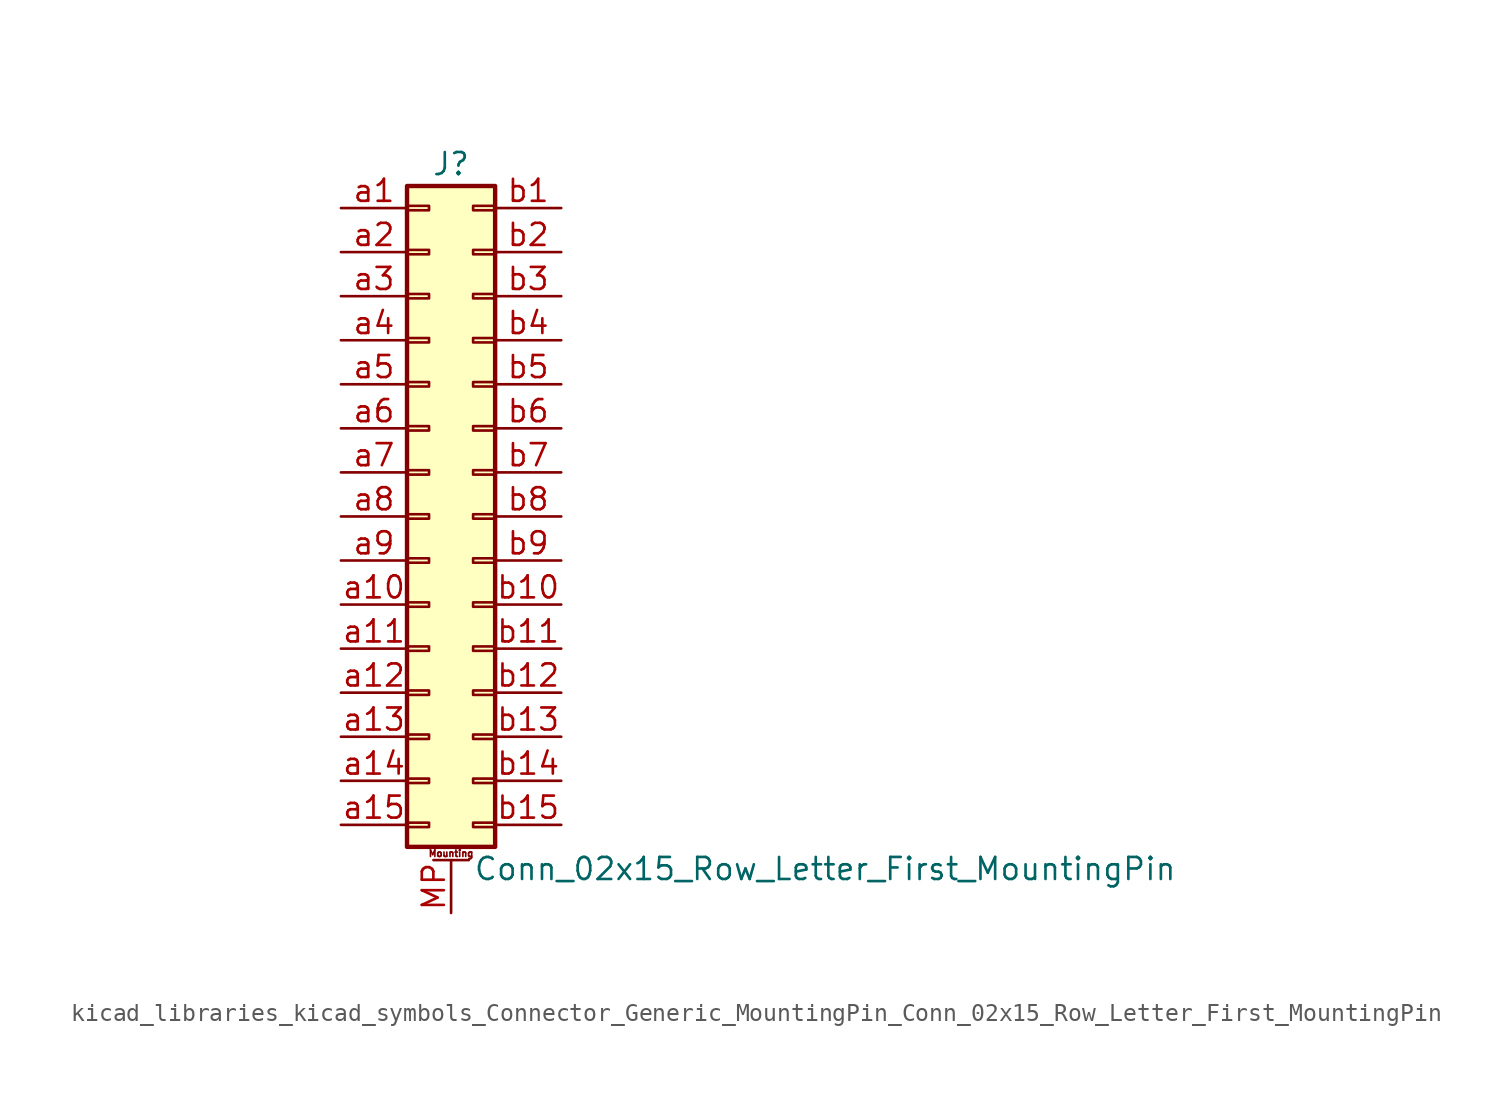
<source format=kicad_sym>
(kicad_symbol_lib
  (version 20220914)
  (generator kicad_symbol_editor)
  (symbol "kicad_libraries_kicad_symbols_Connector_Generic_MountingPin_Conn_02x15_Row_Letter_First_MountingPin"
    (pin_names
      (offset 1.016) hide)
    (property "Reference" "J"
      (at 1.27 20.32 0)
      (effects (font (size 1.27 1.27))))
    (property "Value" "Conn_02x15_Row_Letter_First_MountingPin"
      (at 2.54 -20.32 0)
      (effects (font (size 1.27 1.27)) (justify left)))
    (symbol "kicad_libraries_kicad_symbols_Connector_Generic_MountingPin_Conn_02x15_Row_Letter_First_MountingPin_1_1"
      (rectangle (start -1.27 -17.653) (end 0 -17.907) (stroke (width 0.152) (type default)) (fill (type none)))
      (rectangle (start -1.27 -15.113) (end 0 -15.367) (stroke (width 0.152) (type default)) (fill (type none)))
      (rectangle (start -1.27 -12.573) (end 0 -12.827) (stroke (width 0.152) (type default)) (fill (type none)))
      (rectangle (start -1.27 -10.033) (end 0 -10.287) (stroke (width 0.152) (type default)) (fill (type none)))
      (rectangle (start -1.27 -7.493) (end 0 -7.747) (stroke (width 0.152) (type default)) (fill (type none)))
      (rectangle (start -1.27 -4.953) (end 0 -5.207) (stroke (width 0.152) (type default)) (fill (type none)))
      (rectangle (start -1.27 -2.413) (end 0 -2.667) (stroke (width 0.152) (type default)) (fill (type none)))
      (rectangle (start -1.27 0.127) (end 0 -0.127) (stroke (width 0.152) (type default)) (fill (type none)))
      (rectangle (start -1.27 2.667) (end 0 2.413) (stroke (width 0.152) (type default)) (fill (type none)))
      (rectangle (start -1.27 5.207) (end 0 4.953) (stroke (width 0.152) (type default)) (fill (type none)))
      (rectangle (start -1.27 7.747) (end 0 7.493) (stroke (width 0.152) (type default)) (fill (type none)))
      (rectangle (start -1.27 10.287) (end 0 10.033) (stroke (width 0.152) (type default)) (fill (type none)))
      (rectangle (start -1.27 12.827) (end 0 12.573) (stroke (width 0.152) (type default)) (fill (type none)))
      (rectangle (start -1.27 15.367) (end 0 15.113) (stroke (width 0.152) (type default)) (fill (type none)))
      (rectangle (start -1.27 17.907) (end 0 17.653) (stroke (width 0.152) (type default)) (fill (type none)))
      (rectangle (start -1.27 19.05) (end 3.81 -19.05) (stroke (width 0.254) (type default)) (fill (type background)))
      (polyline (pts (xy 0.254 -19.812) (xy 2.286 -19.812)) (stroke (width 0.152) (type default)) (fill (type none)))
      (rectangle (start 3.81 -17.653) (end 2.54 -17.907) (stroke (width 0.152) (type default)) (fill (type none)))
      (rectangle (start 3.81 -15.113) (end 2.54 -15.367) (stroke (width 0.152) (type default)) (fill (type none)))
      (rectangle (start 3.81 -12.573) (end 2.54 -12.827) (stroke (width 0.152) (type default)) (fill (type none)))
      (rectangle (start 3.81 -10.033) (end 2.54 -10.287) (stroke (width 0.152) (type default)) (fill (type none)))
      (rectangle (start 3.81 -7.493) (end 2.54 -7.747) (stroke (width 0.152) (type default)) (fill (type none)))
      (rectangle (start 3.81 -4.953) (end 2.54 -5.207) (stroke (width 0.152) (type default)) (fill (type none)))
      (rectangle (start 3.81 -2.413) (end 2.54 -2.667) (stroke (width 0.152) (type default)) (fill (type none)))
      (rectangle (start 3.81 0.127) (end 2.54 -0.127) (stroke (width 0.152) (type default)) (fill (type none)))
      (rectangle (start 3.81 2.667) (end 2.54 2.413) (stroke (width 0.152) (type default)) (fill (type none)))
      (rectangle (start 3.81 5.207) (end 2.54 4.953) (stroke (width 0.152) (type default)) (fill (type none)))
      (rectangle (start 3.81 7.747) (end 2.54 7.493) (stroke (width 0.152) (type default)) (fill (type none)))
      (rectangle (start 3.81 10.287) (end 2.54 10.033) (stroke (width 0.152) (type default)) (fill (type none)))
      (rectangle (start 3.81 12.827) (end 2.54 12.573) (stroke (width 0.152) (type default)) (fill (type none)))
      (rectangle (start 3.81 15.367) (end 2.54 15.113) (stroke (width 0.152) (type default)) (fill (type none)))
      (rectangle (start 3.81 17.907) (end 2.54 17.653) (stroke (width 0.152) (type default)) (fill (type none)))
      (text "Mounting" (at 1.27 -19.431 0) (effects (font (size 0.381 0.381))))
      (pin passive line (at 1.27 -22.86 90) (length 3.048) (name "MountPin" (effects (font (size 1.27 1.27)))) (number "MP" (effects (font (size 1.27 1.27)))))
      (pin passive line (at -5.08 17.78 0) (length 3.81) (name "Pin_a1" (effects (font (size 1.27 1.27)))) (number "a1" (effects (font (size 1.27 1.27)))))
      (pin passive line (at -5.08 -5.08 0) (length 3.81) (name "Pin_a10" (effects (font (size 1.27 1.27)))) (number "a10" (effects (font (size 1.27 1.27)))))
      (pin passive line (at -5.08 -7.62 0) (length 3.81) (name "Pin_a11" (effects (font (size 1.27 1.27)))) (number "a11" (effects (font (size 1.27 1.27)))))
      (pin passive line (at -5.08 -10.16 0) (length 3.81) (name "Pin_a12" (effects (font (size 1.27 1.27)))) (number "a12" (effects (font (size 1.27 1.27)))))
      (pin passive line (at -5.08 -12.7 0) (length 3.81) (name "Pin_a13" (effects (font (size 1.27 1.27)))) (number "a13" (effects (font (size 1.27 1.27)))))
      (pin passive line (at -5.08 -15.24 0) (length 3.81) (name "Pin_a14" (effects (font (size 1.27 1.27)))) (number "a14" (effects (font (size 1.27 1.27)))))
      (pin passive line (at -5.08 -17.78 0) (length 3.81) (name "Pin_a15" (effects (font (size 1.27 1.27)))) (number "a15" (effects (font (size 1.27 1.27)))))
      (pin passive line (at -5.08 15.24 0) (length 3.81) (name "Pin_a2" (effects (font (size 1.27 1.27)))) (number "a2" (effects (font (size 1.27 1.27)))))
      (pin passive line (at -5.08 12.7 0) (length 3.81) (name "Pin_a3" (effects (font (size 1.27 1.27)))) (number "a3" (effects (font (size 1.27 1.27)))))
      (pin passive line (at -5.08 10.16 0) (length 3.81) (name "Pin_a4" (effects (font (size 1.27 1.27)))) (number "a4" (effects (font (size 1.27 1.27)))))
      (pin passive line (at -5.08 7.62 0) (length 3.81) (name "Pin_a5" (effects (font (size 1.27 1.27)))) (number "a5" (effects (font (size 1.27 1.27)))))
      (pin passive line (at -5.08 5.08 0) (length 3.81) (name "Pin_a6" (effects (font (size 1.27 1.27)))) (number "a6" (effects (font (size 1.27 1.27)))))
      (pin passive line (at -5.08 2.54 0) (length 3.81) (name "Pin_a7" (effects (font (size 1.27 1.27)))) (number "a7" (effects (font (size 1.27 1.27)))))
      (pin passive line (at -5.08 0 0) (length 3.81) (name "Pin_a8" (effects (font (size 1.27 1.27)))) (number "a8" (effects (font (size 1.27 1.27)))))
      (pin passive line (at -5.08 -2.54 0) (length 3.81) (name "Pin_a9" (effects (font (size 1.27 1.27)))) (number "a9" (effects (font (size 1.27 1.27)))))
      (pin passive line (at 7.62 17.78 180) (length 3.81) (name "Pin_b1" (effects (font (size 1.27 1.27)))) (number "b1" (effects (font (size 1.27 1.27)))))
      (pin passive line (at 7.62 -5.08 180) (length 3.81) (name "Pin_b10" (effects (font (size 1.27 1.27)))) (number "b10" (effects (font (size 1.27 1.27)))))
      (pin passive line (at 7.62 -7.62 180) (length 3.81) (name "Pin_b11" (effects (font (size 1.27 1.27)))) (number "b11" (effects (font (size 1.27 1.27)))))
      (pin passive line (at 7.62 -10.16 180) (length 3.81) (name "Pin_b12" (effects (font (size 1.27 1.27)))) (number "b12" (effects (font (size 1.27 1.27)))))
      (pin passive line (at 7.62 -12.7 180) (length 3.81) (name "Pin_b13" (effects (font (size 1.27 1.27)))) (number "b13" (effects (font (size 1.27 1.27)))))
      (pin passive line (at 7.62 -15.24 180) (length 3.81) (name "Pin_b14" (effects (font (size 1.27 1.27)))) (number "b14" (effects (font (size 1.27 1.27)))))
      (pin passive line (at 7.62 -17.78 180) (length 3.81) (name "Pin_b15" (effects (font (size 1.27 1.27)))) (number "b15" (effects (font (size 1.27 1.27)))))
      (pin passive line (at 7.62 15.24 180) (length 3.81) (name "Pin_b2" (effects (font (size 1.27 1.27)))) (number "b2" (effects (font (size 1.27 1.27)))))
      (pin passive line (at 7.62 12.7 180) (length 3.81) (name "Pin_b3" (effects (font (size 1.27 1.27)))) (number "b3" (effects (font (size 1.27 1.27)))))
      (pin passive line (at 7.62 10.16 180) (length 3.81) (name "Pin_b4" (effects (font (size 1.27 1.27)))) (number "b4" (effects (font (size 1.27 1.27)))))
      (pin passive line (at 7.62 7.62 180) (length 3.81) (name "Pin_b5" (effects (font (size 1.27 1.27)))) (number "b5" (effects (font (size 1.27 1.27)))))
      (pin passive line (at 7.62 5.08 180) (length 3.81) (name "Pin_b6" (effects (font (size 1.27 1.27)))) (number "b6" (effects (font (size 1.27 1.27)))))
      (pin passive line (at 7.62 2.54 180) (length 3.81) (name "Pin_b7" (effects (font (size 1.27 1.27)))) (number "b7" (effects (font (size 1.27 1.27)))))
      (pin passive line (at 7.62 0 180) (length 3.81) (name "Pin_b8" (effects (font (size 1.27 1.27)))) (number "b8" (effects (font (size 1.27 1.27)))))
      (pin passive line (at 7.62 -2.54 180) (length 3.81) (name "Pin_b9" (effects (font (size 1.27 1.27)))) (number "b9" (effects (font (size 1.27 1.27))))))))
</source>
